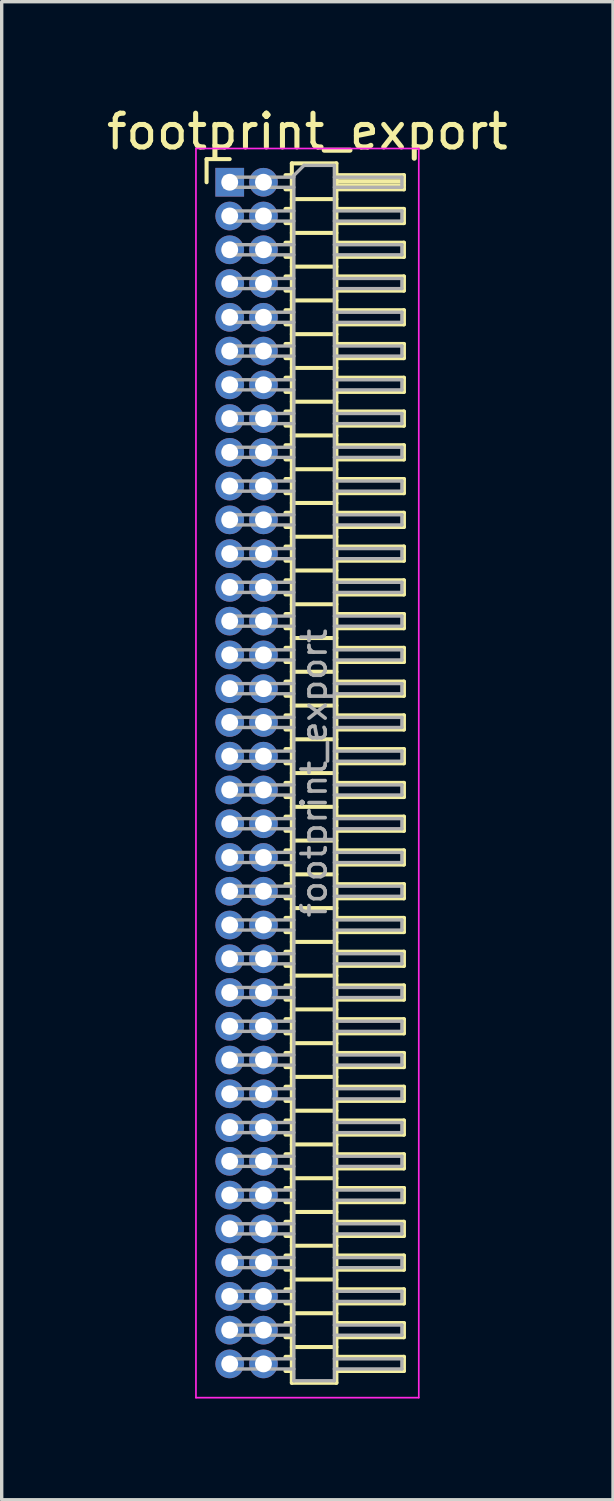
<source format=kicad_pcb>
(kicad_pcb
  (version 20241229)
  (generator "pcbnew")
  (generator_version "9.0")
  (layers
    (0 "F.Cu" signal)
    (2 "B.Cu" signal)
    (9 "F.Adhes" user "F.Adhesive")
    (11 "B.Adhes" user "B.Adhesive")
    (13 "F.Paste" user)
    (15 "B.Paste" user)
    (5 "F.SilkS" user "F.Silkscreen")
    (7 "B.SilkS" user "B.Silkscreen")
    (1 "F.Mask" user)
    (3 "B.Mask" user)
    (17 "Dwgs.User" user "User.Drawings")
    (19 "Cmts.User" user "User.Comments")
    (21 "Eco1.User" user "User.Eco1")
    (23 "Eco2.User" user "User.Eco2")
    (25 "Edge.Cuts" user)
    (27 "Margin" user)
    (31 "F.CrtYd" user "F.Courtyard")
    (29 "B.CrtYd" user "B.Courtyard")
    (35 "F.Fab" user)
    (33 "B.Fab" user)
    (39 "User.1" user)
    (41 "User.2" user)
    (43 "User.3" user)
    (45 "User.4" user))
  (footprint "footprint_export"
    (layer "F.Cu")
    (at 3.754 2.348)
    (property "Reference" "footprint_export" (at 2.3 -1.5 0) (layer "F.SilkS") (effects (font (size 1 1) (thickness 0.15))))
    (attr through_hole)
    (fp_line (start -0.685 -0.685) (end 0 -0.685) (stroke (width 0.12) (type solid)) (layer "F.SilkS"))
    (fp_line (start -0.685 0) (end -0.685 -0.685) (stroke (width 0.12) (type solid)) (layer "F.SilkS"))
    (fp_line (start 1.652 -0.21) (end 1.84 -0.21) (stroke (width 0.12) (type solid)) (layer "F.SilkS"))
    (fp_line (start 1.652 0.21) (end 1.84 0.21) (stroke (width 0.12) (type solid)) (layer "F.SilkS"))
    (fp_line (start 1.652 0.79) (end 1.84 0.79) (stroke (width 0.12) (type solid)) (layer "F.SilkS"))
    (fp_line (start 1.652 1.21) (end 1.84 1.21) (stroke (width 0.12) (type solid)) (layer "F.SilkS"))
    (fp_line (start 1.652 1.79) (end 1.84 1.79) (stroke (width 0.12) (type solid)) (layer "F.SilkS"))
    (fp_line (start 1.652 2.21) (end 1.84 2.21) (stroke (width 0.12) (type solid)) (layer "F.SilkS"))
    (fp_line (start 1.652 2.79) (end 1.84 2.79) (stroke (width 0.12) (type solid)) (layer "F.SilkS"))
    (fp_line (start 1.652 3.21) (end 1.84 3.21) (stroke (width 0.12) (type solid)) (layer "F.SilkS"))
    (fp_line (start 1.652 3.79) (end 1.84 3.79) (stroke (width 0.12) (type solid)) (layer "F.SilkS"))
    (fp_line (start 1.652 4.21) (end 1.84 4.21) (stroke (width 0.12) (type solid)) (layer "F.SilkS"))
    (fp_line (start 1.652 4.79) (end 1.84 4.79) (stroke (width 0.12) (type solid)) (layer "F.SilkS"))
    (fp_line (start 1.652 5.21) (end 1.84 5.21) (stroke (width 0.12) (type solid)) (layer "F.SilkS"))
    (fp_line (start 1.652 5.79) (end 1.84 5.79) (stroke (width 0.12) (type solid)) (layer "F.SilkS"))
    (fp_line (start 1.652 6.21) (end 1.84 6.21) (stroke (width 0.12) (type solid)) (layer "F.SilkS"))
    (fp_line (start 1.652 6.79) (end 1.84 6.79) (stroke (width 0.12) (type solid)) (layer "F.SilkS"))
    (fp_line (start 1.652 7.21) (end 1.84 7.21) (stroke (width 0.12) (type solid)) (layer "F.SilkS"))
    (fp_line (start 1.652 7.79) (end 1.84 7.79) (stroke (width 0.12) (type solid)) (layer "F.SilkS"))
    (fp_line (start 1.652 8.21) (end 1.84 8.21) (stroke (width 0.12) (type solid)) (layer "F.SilkS"))
    (fp_line (start 1.652 8.79) (end 1.84 8.79) (stroke (width 0.12) (type solid)) (layer "F.SilkS"))
    (fp_line (start 1.652 9.21) (end 1.84 9.21) (stroke (width 0.12) (type solid)) (layer "F.SilkS"))
    (fp_line (start 1.652 9.79) (end 1.84 9.79) (stroke (width 0.12) (type solid)) (layer "F.SilkS"))
    (fp_line (start 1.652 10.21) (end 1.84 10.21) (stroke (width 0.12) (type solid)) (layer "F.SilkS"))
    (fp_line (start 1.652 10.79) (end 1.84 10.79) (stroke (width 0.12) (type solid)) (layer "F.SilkS"))
    (fp_line (start 1.652 11.21) (end 1.84 11.21) (stroke (width 0.12) (type solid)) (layer "F.SilkS"))
    (fp_line (start 1.652 11.79) (end 1.84 11.79) (stroke (width 0.12) (type solid)) (layer "F.SilkS"))
    (fp_line (start 1.652 12.21) (end 1.84 12.21) (stroke (width 0.12) (type solid)) (layer "F.SilkS"))
    (fp_line (start 1.652 12.79) (end 1.84 12.79) (stroke (width 0.12) (type solid)) (layer "F.SilkS"))
    (fp_line (start 1.652 13.21) (end 1.84 13.21) (stroke (width 0.12) (type solid)) (layer "F.SilkS"))
    (fp_line (start 1.652 13.79) (end 1.84 13.79) (stroke (width 0.12) (type solid)) (layer "F.SilkS"))
    (fp_line (start 1.652 14.21) (end 1.84 14.21) (stroke (width 0.12) (type solid)) (layer "F.SilkS"))
    (fp_line (start 1.652 14.79) (end 1.84 14.79) (stroke (width 0.12) (type solid)) (layer "F.SilkS"))
    (fp_line (start 1.652 15.21) (end 1.84 15.21) (stroke (width 0.12) (type solid)) (layer "F.SilkS"))
    (fp_line (start 1.652 15.79) (end 1.84 15.79) (stroke (width 0.12) (type solid)) (layer "F.SilkS"))
    (fp_line (start 1.652 16.21) (end 1.84 16.21) (stroke (width 0.12) (type solid)) (layer "F.SilkS"))
    (fp_line (start 1.652 16.79) (end 1.84 16.79) (stroke (width 0.12) (type solid)) (layer "F.SilkS"))
    (fp_line (start 1.652 17.21) (end 1.84 17.21) (stroke (width 0.12) (type solid)) (layer "F.SilkS"))
    (fp_line (start 1.652 17.79) (end 1.84 17.79) (stroke (width 0.12) (type solid)) (layer "F.SilkS"))
    (fp_line (start 1.652 18.21) (end 1.84 18.21) (stroke (width 0.12) (type solid)) (layer "F.SilkS"))
    (fp_line (start 1.652 18.79) (end 1.84 18.79) (stroke (width 0.12) (type solid)) (layer "F.SilkS"))
    (fp_line (start 1.652 19.21) (end 1.84 19.21) (stroke (width 0.12) (type solid)) (layer "F.SilkS"))
    (fp_line (start 1.652 19.79) (end 1.84 19.79) (stroke (width 0.12) (type solid)) (layer "F.SilkS"))
    (fp_line (start 1.652 20.21) (end 1.84 20.21) (stroke (width 0.12) (type solid)) (layer "F.SilkS"))
    (fp_line (start 1.652 20.79) (end 1.84 20.79) (stroke (width 0.12) (type solid)) (layer "F.SilkS"))
    (fp_line (start 1.652 21.21) (end 1.84 21.21) (stroke (width 0.12) (type solid)) (layer "F.SilkS"))
    (fp_line (start 1.652 21.79) (end 1.84 21.79) (stroke (width 0.12) (type solid)) (layer "F.SilkS"))
    (fp_line (start 1.652 22.21) (end 1.84 22.21) (stroke (width 0.12) (type solid)) (layer "F.SilkS"))
    (fp_line (start 1.652 22.79) (end 1.84 22.79) (stroke (width 0.12) (type solid)) (layer "F.SilkS"))
    (fp_line (start 1.652 23.21) (end 1.84 23.21) (stroke (width 0.12) (type solid)) (layer "F.SilkS"))
    (fp_line (start 1.652 23.79) (end 1.84 23.79) (stroke (width 0.12) (type solid)) (layer "F.SilkS"))
    (fp_line (start 1.652 24.21) (end 1.84 24.21) (stroke (width 0.12) (type solid)) (layer "F.SilkS"))
    (fp_line (start 1.652 24.79) (end 1.84 24.79) (stroke (width 0.12) (type solid)) (layer "F.SilkS"))
    (fp_line (start 1.652 25.21) (end 1.84 25.21) (stroke (width 0.12) (type solid)) (layer "F.SilkS"))
    (fp_line (start 1.652 25.79) (end 1.84 25.79) (stroke (width 0.12) (type solid)) (layer "F.SilkS"))
    (fp_line (start 1.652 26.21) (end 1.84 26.21) (stroke (width 0.12) (type solid)) (layer "F.SilkS"))
    (fp_line (start 1.652 26.79) (end 1.84 26.79) (stroke (width 0.12) (type solid)) (layer "F.SilkS"))
    (fp_line (start 1.652 27.21) (end 1.84 27.21) (stroke (width 0.12) (type solid)) (layer "F.SilkS"))
    (fp_line (start 1.652 27.79) (end 1.84 27.79) (stroke (width 0.12) (type solid)) (layer "F.SilkS"))
    (fp_line (start 1.652 28.21) (end 1.84 28.21) (stroke (width 0.12) (type solid)) (layer "F.SilkS"))
    (fp_line (start 1.652 28.79) (end 1.84 28.79) (stroke (width 0.12) (type solid)) (layer "F.SilkS"))
    (fp_line (start 1.652 29.21) (end 1.84 29.21) (stroke (width 0.12) (type solid)) (layer "F.SilkS"))
    (fp_line (start 1.652 29.79) (end 1.84 29.79) (stroke (width 0.12) (type solid)) (layer "F.SilkS"))
    (fp_line (start 1.652 30.21) (end 1.84 30.21) (stroke (width 0.12) (type solid)) (layer "F.SilkS"))
    (fp_line (start 1.652 30.79) (end 1.84 30.79) (stroke (width 0.12) (type solid)) (layer "F.SilkS"))
    (fp_line (start 1.652 31.21) (end 1.84 31.21) (stroke (width 0.12) (type solid)) (layer "F.SilkS"))
    (fp_line (start 1.652 31.79) (end 1.84 31.79) (stroke (width 0.12) (type solid)) (layer "F.SilkS"))
    (fp_line (start 1.652 32.21) (end 1.84 32.21) (stroke (width 0.12) (type solid)) (layer "F.SilkS"))
    (fp_line (start 1.652 32.79) (end 1.84 32.79) (stroke (width 0.12) (type solid)) (layer "F.SilkS"))
    (fp_line (start 1.652 33.21) (end 1.84 33.21) (stroke (width 0.12) (type solid)) (layer "F.SilkS"))
    (fp_line (start 1.652 33.79) (end 1.84 33.79) (stroke (width 0.12) (type solid)) (layer "F.SilkS"))
    (fp_line (start 1.652 34.21) (end 1.84 34.21) (stroke (width 0.12) (type solid)) (layer "F.SilkS"))
    (fp_line (start 1.652 34.79) (end 1.84 34.79) (stroke (width 0.12) (type solid)) (layer "F.SilkS"))
    (fp_line (start 1.652 35.21) (end 1.84 35.21) (stroke (width 0.12) (type solid)) (layer "F.SilkS"))
    (fp_line (start 1.84 -0.56) (end 1.84 35.56) (stroke (width 0.12) (type solid)) (layer "F.SilkS"))
    (fp_line (start 1.84 0.5) (end 3.16 0.5) (stroke (width 0.12) (type solid)) (layer "F.SilkS"))
    (fp_line (start 1.84 1.5) (end 3.16 1.5) (stroke (width 0.12) (type solid)) (layer "F.SilkS"))
    (fp_line (start 1.84 2.5) (end 3.16 2.5) (stroke (width 0.12) (type solid)) (layer "F.SilkS"))
    (fp_line (start 1.84 3.5) (end 3.16 3.5) (stroke (width 0.12) (type solid)) (layer "F.SilkS"))
    (fp_line (start 1.84 4.5) (end 3.16 4.5) (stroke (width 0.12) (type solid)) (layer "F.SilkS"))
    (fp_line (start 1.84 5.5) (end 3.16 5.5) (stroke (width 0.12) (type solid)) (layer "F.SilkS"))
    (fp_line (start 1.84 6.5) (end 3.16 6.5) (stroke (width 0.12) (type solid)) (layer "F.SilkS"))
    (fp_line (start 1.84 7.5) (end 3.16 7.5) (stroke (width 0.12) (type solid)) (layer "F.SilkS"))
    (fp_line (start 1.84 8.5) (end 3.16 8.5) (stroke (width 0.12) (type solid)) (layer "F.SilkS"))
    (fp_line (start 1.84 9.5) (end 3.16 9.5) (stroke (width 0.12) (type solid)) (layer "F.SilkS"))
    (fp_line (start 1.84 10.5) (end 3.16 10.5) (stroke (width 0.12) (type solid)) (layer "F.SilkS"))
    (fp_line (start 1.84 11.5) (end 3.16 11.5) (stroke (width 0.12) (type solid)) (layer "F.SilkS"))
    (fp_line (start 1.84 12.5) (end 3.16 12.5) (stroke (width 0.12) (type solid)) (layer "F.SilkS"))
    (fp_line (start 1.84 13.5) (end 3.16 13.5) (stroke (width 0.12) (type solid)) (layer "F.SilkS"))
    (fp_line (start 1.84 14.5) (end 3.16 14.5) (stroke (width 0.12) (type solid)) (layer "F.SilkS"))
    (fp_line (start 1.84 15.5) (end 3.16 15.5) (stroke (width 0.12) (type solid)) (layer "F.SilkS"))
    (fp_line (start 1.84 16.5) (end 3.16 16.5) (stroke (width 0.12) (type solid)) (layer "F.SilkS"))
    (fp_line (start 1.84 17.5) (end 3.16 17.5) (stroke (width 0.12) (type solid)) (layer "F.SilkS"))
    (fp_line (start 1.84 18.5) (end 3.16 18.5) (stroke (width 0.12) (type solid)) (layer "F.SilkS"))
    (fp_line (start 1.84 19.5) (end 3.16 19.5) (stroke (width 0.12) (type solid)) (layer "F.SilkS"))
    (fp_line (start 1.84 20.5) (end 3.16 20.5) (stroke (width 0.12) (type solid)) (layer "F.SilkS"))
    (fp_line (start 1.84 21.5) (end 3.16 21.5) (stroke (width 0.12) (type solid)) (layer "F.SilkS"))
    (fp_line (start 1.84 22.5) (end 3.16 22.5) (stroke (width 0.12) (type solid)) (layer "F.SilkS"))
    (fp_line (start 1.84 23.5) (end 3.16 23.5) (stroke (width 0.12) (type solid)) (layer "F.SilkS"))
    (fp_line (start 1.84 24.5) (end 3.16 24.5) (stroke (width 0.12) (type solid)) (layer "F.SilkS"))
    (fp_line (start 1.84 25.5) (end 3.16 25.5) (stroke (width 0.12) (type solid)) (layer "F.SilkS"))
    (fp_line (start 1.84 26.5) (end 3.16 26.5) (stroke (width 0.12) (type solid)) (layer "F.SilkS"))
    (fp_line (start 1.84 27.5) (end 3.16 27.5) (stroke (width 0.12) (type solid)) (layer "F.SilkS"))
    (fp_line (start 1.84 28.5) (end 3.16 28.5) (stroke (width 0.12) (type solid)) (layer "F.SilkS"))
    (fp_line (start 1.84 29.5) (end 3.16 29.5) (stroke (width 0.12) (type solid)) (layer "F.SilkS"))
    (fp_line (start 1.84 30.5) (end 3.16 30.5) (stroke (width 0.12) (type solid)) (layer "F.SilkS"))
    (fp_line (start 1.84 31.5) (end 3.16 31.5) (stroke (width 0.12) (type solid)) (layer "F.SilkS"))
    (fp_line (start 1.84 32.5) (end 3.16 32.5) (stroke (width 0.12) (type solid)) (layer "F.SilkS"))
    (fp_line (start 1.84 33.5) (end 3.16 33.5) (stroke (width 0.12) (type solid)) (layer "F.SilkS"))
    (fp_line (start 1.84 34.5) (end 3.16 34.5) (stroke (width 0.12) (type solid)) (layer "F.SilkS"))
    (fp_line (start 1.84 35.56) (end 3.16 35.56) (stroke (width 0.12) (type solid)) (layer "F.SilkS"))
    (fp_line (start 3.16 -0.56) (end 1.84 -0.56) (stroke (width 0.12) (type solid)) (layer "F.SilkS"))
    (fp_line (start 3.16 -0.21) (end 5.16 -0.21) (stroke (width 0.12) (type solid)) (layer "F.SilkS"))
    (fp_line (start 3.16 -0.15) (end 5.16 -0.15) (stroke (width 0.12) (type solid)) (layer "F.SilkS"))
    (fp_line (start 3.16 -0.03) (end 5.16 -0.03) (stroke (width 0.12) (type solid)) (layer "F.SilkS"))
    (fp_line (start 3.16 0.09) (end 5.16 0.09) (stroke (width 0.12) (type solid)) (layer "F.SilkS"))
    (fp_line (start 3.16 0.79) (end 5.16 0.79) (stroke (width 0.12) (type solid)) (layer "F.SilkS"))
    (fp_line (start 3.16 1.79) (end 5.16 1.79) (stroke (width 0.12) (type solid)) (layer "F.SilkS"))
    (fp_line (start 3.16 2.79) (end 5.16 2.79) (stroke (width 0.12) (type solid)) (layer "F.SilkS"))
    (fp_line (start 3.16 3.79) (end 5.16 3.79) (stroke (width 0.12) (type solid)) (layer "F.SilkS"))
    (fp_line (start 3.16 4.79) (end 5.16 4.79) (stroke (width 0.12) (type solid)) (layer "F.SilkS"))
    (fp_line (start 3.16 5.79) (end 5.16 5.79) (stroke (width 0.12) (type solid)) (layer "F.SilkS"))
    (fp_line (start 3.16 6.79) (end 5.16 6.79) (stroke (width 0.12) (type solid)) (layer "F.SilkS"))
    (fp_line (start 3.16 7.79) (end 5.16 7.79) (stroke (width 0.12) (type solid)) (layer "F.SilkS"))
    (fp_line (start 3.16 8.79) (end 5.16 8.79) (stroke (width 0.12) (type solid)) (layer "F.SilkS"))
    (fp_line (start 3.16 9.79) (end 5.16 9.79) (stroke (width 0.12) (type solid)) (layer "F.SilkS"))
    (fp_line (start 3.16 10.79) (end 5.16 10.79) (stroke (width 0.12) (type solid)) (layer "F.SilkS"))
    (fp_line (start 3.16 11.79) (end 5.16 11.79) (stroke (width 0.12) (type solid)) (layer "F.SilkS"))
    (fp_line (start 3.16 12.79) (end 5.16 12.79) (stroke (width 0.12) (type solid)) (layer "F.SilkS"))
    (fp_line (start 3.16 13.79) (end 5.16 13.79) (stroke (width 0.12) (type solid)) (layer "F.SilkS"))
    (fp_line (start 3.16 14.79) (end 5.16 14.79) (stroke (width 0.12) (type solid)) (layer "F.SilkS"))
    (fp_line (start 3.16 15.79) (end 5.16 15.79) (stroke (width 0.12) (type solid)) (layer "F.SilkS"))
    (fp_line (start 3.16 16.79) (end 5.16 16.79) (stroke (width 0.12) (type solid)) (layer "F.SilkS"))
    (fp_line (start 3.16 17.79) (end 5.16 17.79) (stroke (width 0.12) (type solid)) (layer "F.SilkS"))
    (fp_line (start 3.16 18.79) (end 5.16 18.79) (stroke (width 0.12) (type solid)) (layer "F.SilkS"))
    (fp_line (start 3.16 19.79) (end 5.16 19.79) (stroke (width 0.12) (type solid)) (layer "F.SilkS"))
    (fp_line (start 3.16 20.79) (end 5.16 20.79) (stroke (width 0.12) (type solid)) (layer "F.SilkS"))
    (fp_line (start 3.16 21.79) (end 5.16 21.79) (stroke (width 0.12) (type solid)) (layer "F.SilkS"))
    (fp_line (start 3.16 22.79) (end 5.16 22.79) (stroke (width 0.12) (type solid)) (layer "F.SilkS"))
    (fp_line (start 3.16 23.79) (end 5.16 23.79) (stroke (width 0.12) (type solid)) (layer "F.SilkS"))
    (fp_line (start 3.16 24.79) (end 5.16 24.79) (stroke (width 0.12) (type solid)) (layer "F.SilkS"))
    (fp_line (start 3.16 25.79) (end 5.16 25.79) (stroke (width 0.12) (type solid)) (layer "F.SilkS"))
    (fp_line (start 3.16 26.79) (end 5.16 26.79) (stroke (width 0.12) (type solid)) (layer "F.SilkS"))
    (fp_line (start 3.16 27.79) (end 5.16 27.79) (stroke (width 0.12) (type solid)) (layer "F.SilkS"))
    (fp_line (start 3.16 28.79) (end 5.16 28.79) (stroke (width 0.12) (type solid)) (layer "F.SilkS"))
    (fp_line (start 3.16 29.79) (end 5.16 29.79) (stroke (width 0.12) (type solid)) (layer "F.SilkS"))
    (fp_line (start 3.16 30.79) (end 5.16 30.79) (stroke (width 0.12) (type solid)) (layer "F.SilkS"))
    (fp_line (start 3.16 31.79) (end 5.16 31.79) (stroke (width 0.12) (type solid)) (layer "F.SilkS"))
    (fp_line (start 3.16 32.79) (end 5.16 32.79) (stroke (width 0.12) (type solid)) (layer "F.SilkS"))
    (fp_line (start 3.16 33.79) (end 5.16 33.79) (stroke (width 0.12) (type solid)) (layer "F.SilkS"))
    (fp_line (start 3.16 34.79) (end 5.16 34.79) (stroke (width 0.12) (type solid)) (layer "F.SilkS"))
    (fp_line (start 3.16 35.56) (end 3.16 -0.56) (stroke (width 0.12) (type solid)) (layer "F.SilkS"))
    (fp_line (start 5.16 -0.21) (end 5.16 0.21) (stroke (width 0.12) (type solid)) (layer "F.SilkS"))
    (fp_line (start 5.16 0.21) (end 3.16 0.21) (stroke (width 0.12) (type solid)) (layer "F.SilkS"))
    (fp_line (start 5.16 0.79) (end 5.16 1.21) (stroke (width 0.12) (type solid)) (layer "F.SilkS"))
    (fp_line (start 5.16 1.21) (end 3.16 1.21) (stroke (width 0.12) (type solid)) (layer "F.SilkS"))
    (fp_line (start 5.16 1.79) (end 5.16 2.21) (stroke (width 0.12) (type solid)) (layer "F.SilkS"))
    (fp_line (start 5.16 2.21) (end 3.16 2.21) (stroke (width 0.12) (type solid)) (layer "F.SilkS"))
    (fp_line (start 5.16 2.79) (end 5.16 3.21) (stroke (width 0.12) (type solid)) (layer "F.SilkS"))
    (fp_line (start 5.16 3.21) (end 3.16 3.21) (stroke (width 0.12) (type solid)) (layer "F.SilkS"))
    (fp_line (start 5.16 3.79) (end 5.16 4.21) (stroke (width 0.12) (type solid)) (layer "F.SilkS"))
    (fp_line (start 5.16 4.21) (end 3.16 4.21) (stroke (width 0.12) (type solid)) (layer "F.SilkS"))
    (fp_line (start 5.16 4.79) (end 5.16 5.21) (stroke (width 0.12) (type solid)) (layer "F.SilkS"))
    (fp_line (start 5.16 5.21) (end 3.16 5.21) (stroke (width 0.12) (type solid)) (layer "F.SilkS"))
    (fp_line (start 5.16 5.79) (end 5.16 6.21) (stroke (width 0.12) (type solid)) (layer "F.SilkS"))
    (fp_line (start 5.16 6.21) (end 3.16 6.21) (stroke (width 0.12) (type solid)) (layer "F.SilkS"))
    (fp_line (start 5.16 6.79) (end 5.16 7.21) (stroke (width 0.12) (type solid)) (layer "F.SilkS"))
    (fp_line (start 5.16 7.21) (end 3.16 7.21) (stroke (width 0.12) (type solid)) (layer "F.SilkS"))
    (fp_line (start 5.16 7.79) (end 5.16 8.21) (stroke (width 0.12) (type solid)) (layer "F.SilkS"))
    (fp_line (start 5.16 8.21) (end 3.16 8.21) (stroke (width 0.12) (type solid)) (layer "F.SilkS"))
    (fp_line (start 5.16 8.79) (end 5.16 9.21) (stroke (width 0.12) (type solid)) (layer "F.SilkS"))
    (fp_line (start 5.16 9.21) (end 3.16 9.21) (stroke (width 0.12) (type solid)) (layer "F.SilkS"))
    (fp_line (start 5.16 9.79) (end 5.16 10.21) (stroke (width 0.12) (type solid)) (layer "F.SilkS"))
    (fp_line (start 5.16 10.21) (end 3.16 10.21) (stroke (width 0.12) (type solid)) (layer "F.SilkS"))
    (fp_line (start 5.16 10.79) (end 5.16 11.21) (stroke (width 0.12) (type solid)) (layer "F.SilkS"))
    (fp_line (start 5.16 11.21) (end 3.16 11.21) (stroke (width 0.12) (type solid)) (layer "F.SilkS"))
    (fp_line (start 5.16 11.79) (end 5.16 12.21) (stroke (width 0.12) (type solid)) (layer "F.SilkS"))
    (fp_line (start 5.16 12.21) (end 3.16 12.21) (stroke (width 0.12) (type solid)) (layer "F.SilkS"))
    (fp_line (start 5.16 12.79) (end 5.16 13.21) (stroke (width 0.12) (type solid)) (layer "F.SilkS"))
    (fp_line (start 5.16 13.21) (end 3.16 13.21) (stroke (width 0.12) (type solid)) (layer "F.SilkS"))
    (fp_line (start 5.16 13.79) (end 5.16 14.21) (stroke (width 0.12) (type solid)) (layer "F.SilkS"))
    (fp_line (start 5.16 14.21) (end 3.16 14.21) (stroke (width 0.12) (type solid)) (layer "F.SilkS"))
    (fp_line (start 5.16 14.79) (end 5.16 15.21) (stroke (width 0.12) (type solid)) (layer "F.SilkS"))
    (fp_line (start 5.16 15.21) (end 3.16 15.21) (stroke (width 0.12) (type solid)) (layer "F.SilkS"))
    (fp_line (start 5.16 15.79) (end 5.16 16.21) (stroke (width 0.12) (type solid)) (layer "F.SilkS"))
    (fp_line (start 5.16 16.21) (end 3.16 16.21) (stroke (width 0.12) (type solid)) (layer "F.SilkS"))
    (fp_line (start 5.16 16.79) (end 5.16 17.21) (stroke (width 0.12) (type solid)) (layer "F.SilkS"))
    (fp_line (start 5.16 17.21) (end 3.16 17.21) (stroke (width 0.12) (type solid)) (layer "F.SilkS"))
    (fp_line (start 5.16 17.79) (end 5.16 18.21) (stroke (width 0.12) (type solid)) (layer "F.SilkS"))
    (fp_line (start 5.16 18.21) (end 3.16 18.21) (stroke (width 0.12) (type solid)) (layer "F.SilkS"))
    (fp_line (start 5.16 18.79) (end 5.16 19.21) (stroke (width 0.12) (type solid)) (layer "F.SilkS"))
    (fp_line (start 5.16 19.21) (end 3.16 19.21) (stroke (width 0.12) (type solid)) (layer "F.SilkS"))
    (fp_line (start 5.16 19.79) (end 5.16 20.21) (stroke (width 0.12) (type solid)) (layer "F.SilkS"))
    (fp_line (start 5.16 20.21) (end 3.16 20.21) (stroke (width 0.12) (type solid)) (layer "F.SilkS"))
    (fp_line (start 5.16 20.79) (end 5.16 21.21) (stroke (width 0.12) (type solid)) (layer "F.SilkS"))
    (fp_line (start 5.16 21.21) (end 3.16 21.21) (stroke (width 0.12) (type solid)) (layer "F.SilkS"))
    (fp_line (start 5.16 21.79) (end 5.16 22.21) (stroke (width 0.12) (type solid)) (layer "F.SilkS"))
    (fp_line (start 5.16 22.21) (end 3.16 22.21) (stroke (width 0.12) (type solid)) (layer "F.SilkS"))
    (fp_line (start 5.16 22.79) (end 5.16 23.21) (stroke (width 0.12) (type solid)) (layer "F.SilkS"))
    (fp_line (start 5.16 23.21) (end 3.16 23.21) (stroke (width 0.12) (type solid)) (layer "F.SilkS"))
    (fp_line (start 5.16 23.79) (end 5.16 24.21) (stroke (width 0.12) (type solid)) (layer "F.SilkS"))
    (fp_line (start 5.16 24.21) (end 3.16 24.21) (stroke (width 0.12) (type solid)) (layer "F.SilkS"))
    (fp_line (start 5.16 24.79) (end 5.16 25.21) (stroke (width 0.12) (type solid)) (layer "F.SilkS"))
    (fp_line (start 5.16 25.21) (end 3.16 25.21) (stroke (width 0.12) (type solid)) (layer "F.SilkS"))
    (fp_line (start 5.16 25.79) (end 5.16 26.21) (stroke (width 0.12) (type solid)) (layer "F.SilkS"))
    (fp_line (start 5.16 26.21) (end 3.16 26.21) (stroke (width 0.12) (type solid)) (layer "F.SilkS"))
    (fp_line (start 5.16 26.79) (end 5.16 27.21) (stroke (width 0.12) (type solid)) (layer "F.SilkS"))
    (fp_line (start 5.16 27.21) (end 3.16 27.21) (stroke (width 0.12) (type solid)) (layer "F.SilkS"))
    (fp_line (start 5.16 27.79) (end 5.16 28.21) (stroke (width 0.12) (type solid)) (layer "F.SilkS"))
    (fp_line (start 5.16 28.21) (end 3.16 28.21) (stroke (width 0.12) (type solid)) (layer "F.SilkS"))
    (fp_line (start 5.16 28.79) (end 5.16 29.21) (stroke (width 0.12) (type solid)) (layer "F.SilkS"))
    (fp_line (start 5.16 29.21) (end 3.16 29.21) (stroke (width 0.12) (type solid)) (layer "F.SilkS"))
    (fp_line (start 5.16 29.79) (end 5.16 30.21) (stroke (width 0.12) (type solid)) (layer "F.SilkS"))
    (fp_line (start 5.16 30.21) (end 3.16 30.21) (stroke (width 0.12) (type solid)) (layer "F.SilkS"))
    (fp_line (start 5.16 30.79) (end 5.16 31.21) (stroke (width 0.12) (type solid)) (layer "F.SilkS"))
    (fp_line (start 5.16 31.21) (end 3.16 31.21) (stroke (width 0.12) (type solid)) (layer "F.SilkS"))
    (fp_line (start 5.16 31.79) (end 5.16 32.21) (stroke (width 0.12) (type solid)) (layer "F.SilkS"))
    (fp_line (start 5.16 32.21) (end 3.16 32.21) (stroke (width 0.12) (type solid)) (layer "F.SilkS"))
    (fp_line (start 5.16 32.79) (end 5.16 33.21) (stroke (width 0.12) (type solid)) (layer "F.SilkS"))
    (fp_line (start 5.16 33.21) (end 3.16 33.21) (stroke (width 0.12) (type solid)) (layer "F.SilkS"))
    (fp_line (start 5.16 33.79) (end 5.16 34.21) (stroke (width 0.12) (type solid)) (layer "F.SilkS"))
    (fp_line (start 5.16 34.21) (end 3.16 34.21) (stroke (width 0.12) (type solid)) (layer "F.SilkS"))
    (fp_line (start 5.16 34.79) (end 5.16 35.21) (stroke (width 0.12) (type solid)) (layer "F.SilkS"))
    (fp_line (start 5.16 35.21) (end 3.16 35.21) (stroke (width 0.12) (type solid)) (layer "F.SilkS"))
    (fp_line (start -1 -1) (end -1 36) (stroke (width 0.05) (type solid)) (layer "F.CrtYd"))
    (fp_line (start -1 36) (end 5.6 36) (stroke (width 0.05) (type solid)) (layer "F.CrtYd"))
    (fp_line (start 5.6 -1) (end -1 -1) (stroke (width 0.05) (type solid)) (layer "F.CrtYd"))
    (fp_line (start 5.6 36) (end 5.6 -1) (stroke (width 0.05) (type solid)) (layer "F.CrtYd"))
    (fp_line (start -0.15 -0.15) (end -0.15 0.15) (stroke (width 0.1) (type solid)) (layer "F.Fab"))
    (fp_line (start -0.15 -0.15) (end 1.9 -0.15) (stroke (width 0.1) (type solid)) (layer "F.Fab"))
    (fp_line (start -0.15 0.15) (end 1.9 0.15) (stroke (width 0.1) (type solid)) (layer "F.Fab"))
    (fp_line (start -0.15 0.85) (end -0.15 1.15) (stroke (width 0.1) (type solid)) (layer "F.Fab"))
    (fp_line (start -0.15 0.85) (end 1.9 0.85) (stroke (width 0.1) (type solid)) (layer "F.Fab"))
    (fp_line (start -0.15 1.15) (end 1.9 1.15) (stroke (width 0.1) (type solid)) (layer "F.Fab"))
    (fp_line (start -0.15 1.85) (end -0.15 2.15) (stroke (width 0.1) (type solid)) (layer "F.Fab"))
    (fp_line (start -0.15 1.85) (end 1.9 1.85) (stroke (width 0.1) (type solid)) (layer "F.Fab"))
    (fp_line (start -0.15 2.15) (end 1.9 2.15) (stroke (width 0.1) (type solid)) (layer "F.Fab"))
    (fp_line (start -0.15 2.85) (end -0.15 3.15) (stroke (width 0.1) (type solid)) (layer "F.Fab"))
    (fp_line (start -0.15 2.85) (end 1.9 2.85) (stroke (width 0.1) (type solid)) (layer "F.Fab"))
    (fp_line (start -0.15 3.15) (end 1.9 3.15) (stroke (width 0.1) (type solid)) (layer "F.Fab"))
    (fp_line (start -0.15 3.85) (end -0.15 4.15) (stroke (width 0.1) (type solid)) (layer "F.Fab"))
    (fp_line (start -0.15 3.85) (end 1.9 3.85) (stroke (width 0.1) (type solid)) (layer "F.Fab"))
    (fp_line (start -0.15 4.15) (end 1.9 4.15) (stroke (width 0.1) (type solid)) (layer "F.Fab"))
    (fp_line (start -0.15 4.85) (end -0.15 5.15) (stroke (width 0.1) (type solid)) (layer "F.Fab"))
    (fp_line (start -0.15 4.85) (end 1.9 4.85) (stroke (width 0.1) (type solid)) (layer "F.Fab"))
    (fp_line (start -0.15 5.15) (end 1.9 5.15) (stroke (width 0.1) (type solid)) (layer "F.Fab"))
    (fp_line (start -0.15 5.85) (end -0.15 6.15) (stroke (width 0.1) (type solid)) (layer "F.Fab"))
    (fp_line (start -0.15 5.85) (end 1.9 5.85) (stroke (width 0.1) (type solid)) (layer "F.Fab"))
    (fp_line (start -0.15 6.15) (end 1.9 6.15) (stroke (width 0.1) (type solid)) (layer "F.Fab"))
    (fp_line (start -0.15 6.85) (end -0.15 7.15) (stroke (width 0.1) (type solid)) (layer "F.Fab"))
    (fp_line (start -0.15 6.85) (end 1.9 6.85) (stroke (width 0.1) (type solid)) (layer "F.Fab"))
    (fp_line (start -0.15 7.15) (end 1.9 7.15) (stroke (width 0.1) (type solid)) (layer "F.Fab"))
    (fp_line (start -0.15 7.85) (end -0.15 8.15) (stroke (width 0.1) (type solid)) (layer "F.Fab"))
    (fp_line (start -0.15 7.85) (end 1.9 7.85) (stroke (width 0.1) (type solid)) (layer "F.Fab"))
    (fp_line (start -0.15 8.15) (end 1.9 8.15) (stroke (width 0.1) (type solid)) (layer "F.Fab"))
    (fp_line (start -0.15 8.85) (end -0.15 9.15) (stroke (width 0.1) (type solid)) (layer "F.Fab"))
    (fp_line (start -0.15 8.85) (end 1.9 8.85) (stroke (width 0.1) (type solid)) (layer "F.Fab"))
    (fp_line (start -0.15 9.15) (end 1.9 9.15) (stroke (width 0.1) (type solid)) (layer "F.Fab"))
    (fp_line (start -0.15 9.85) (end -0.15 10.15) (stroke (width 0.1) (type solid)) (layer "F.Fab"))
    (fp_line (start -0.15 9.85) (end 1.9 9.85) (stroke (width 0.1) (type solid)) (layer "F.Fab"))
    (fp_line (start -0.15 10.15) (end 1.9 10.15) (stroke (width 0.1) (type solid)) (layer "F.Fab"))
    (fp_line (start -0.15 10.85) (end -0.15 11.15) (stroke (width 0.1) (type solid)) (layer "F.Fab"))
    (fp_line (start -0.15 10.85) (end 1.9 10.85) (stroke (width 0.1) (type solid)) (layer "F.Fab"))
    (fp_line (start -0.15 11.15) (end 1.9 11.15) (stroke (width 0.1) (type solid)) (layer "F.Fab"))
    (fp_line (start -0.15 11.85) (end -0.15 12.15) (stroke (width 0.1) (type solid)) (layer "F.Fab"))
    (fp_line (start -0.15 11.85) (end 1.9 11.85) (stroke (width 0.1) (type solid)) (layer "F.Fab"))
    (fp_line (start -0.15 12.15) (end 1.9 12.15) (stroke (width 0.1) (type solid)) (layer "F.Fab"))
    (fp_line (start -0.15 12.85) (end -0.15 13.15) (stroke (width 0.1) (type solid)) (layer "F.Fab"))
    (fp_line (start -0.15 12.85) (end 1.9 12.85) (stroke (width 0.1) (type solid)) (layer "F.Fab"))
    (fp_line (start -0.15 13.15) (end 1.9 13.15) (stroke (width 0.1) (type solid)) (layer "F.Fab"))
    (fp_line (start -0.15 13.85) (end -0.15 14.15) (stroke (width 0.1) (type solid)) (layer "F.Fab"))
    (fp_line (start -0.15 13.85) (end 1.9 13.85) (stroke (width 0.1) (type solid)) (layer "F.Fab"))
    (fp_line (start -0.15 14.15) (end 1.9 14.15) (stroke (width 0.1) (type solid)) (layer "F.Fab"))
    (fp_line (start -0.15 14.85) (end -0.15 15.15) (stroke (width 0.1) (type solid)) (layer "F.Fab"))
    (fp_line (start -0.15 14.85) (end 1.9 14.85) (stroke (width 0.1) (type solid)) (layer "F.Fab"))
    (fp_line (start -0.15 15.15) (end 1.9 15.15) (stroke (width 0.1) (type solid)) (layer "F.Fab"))
    (fp_line (start -0.15 15.85) (end -0.15 16.15) (stroke (width 0.1) (type solid)) (layer "F.Fab"))
    (fp_line (start -0.15 15.85) (end 1.9 15.85) (stroke (width 0.1) (type solid)) (layer "F.Fab"))
    (fp_line (start -0.15 16.15) (end 1.9 16.15) (stroke (width 0.1) (type solid)) (layer "F.Fab"))
    (fp_line (start -0.15 16.85) (end -0.15 17.15) (stroke (width 0.1) (type solid)) (layer "F.Fab"))
    (fp_line (start -0.15 16.85) (end 1.9 16.85) (stroke (width 0.1) (type solid)) (layer "F.Fab"))
    (fp_line (start -0.15 17.15) (end 1.9 17.15) (stroke (width 0.1) (type solid)) (layer "F.Fab"))
    (fp_line (start -0.15 17.85) (end -0.15 18.15) (stroke (width 0.1) (type solid)) (layer "F.Fab"))
    (fp_line (start -0.15 17.85) (end 1.9 17.85) (stroke (width 0.1) (type solid)) (layer "F.Fab"))
    (fp_line (start -0.15 18.15) (end 1.9 18.15) (stroke (width 0.1) (type solid)) (layer "F.Fab"))
    (fp_line (start -0.15 18.85) (end -0.15 19.15) (stroke (width 0.1) (type solid)) (layer "F.Fab"))
    (fp_line (start -0.15 18.85) (end 1.9 18.85) (stroke (width 0.1) (type solid)) (layer "F.Fab"))
    (fp_line (start -0.15 19.15) (end 1.9 19.15) (stroke (width 0.1) (type solid)) (layer "F.Fab"))
    (fp_line (start -0.15 19.85) (end -0.15 20.15) (stroke (width 0.1) (type solid)) (layer "F.Fab"))
    (fp_line (start -0.15 19.85) (end 1.9 19.85) (stroke (width 0.1) (type solid)) (layer "F.Fab"))
    (fp_line (start -0.15 20.15) (end 1.9 20.15) (stroke (width 0.1) (type solid)) (layer "F.Fab"))
    (fp_line (start -0.15 20.85) (end -0.15 21.15) (stroke (width 0.1) (type solid)) (layer "F.Fab"))
    (fp_line (start -0.15 20.85) (end 1.9 20.85) (stroke (width 0.1) (type solid)) (layer "F.Fab"))
    (fp_line (start -0.15 21.15) (end 1.9 21.15) (stroke (width 0.1) (type solid)) (layer "F.Fab"))
    (fp_line (start -0.15 21.85) (end -0.15 22.15) (stroke (width 0.1) (type solid)) (layer "F.Fab"))
    (fp_line (start -0.15 21.85) (end 1.9 21.85) (stroke (width 0.1) (type solid)) (layer "F.Fab"))
    (fp_line (start -0.15 22.15) (end 1.9 22.15) (stroke (width 0.1) (type solid)) (layer "F.Fab"))
    (fp_line (start -0.15 22.85) (end -0.15 23.15) (stroke (width 0.1) (type solid)) (layer "F.Fab"))
    (fp_line (start -0.15 22.85) (end 1.9 22.85) (stroke (width 0.1) (type solid)) (layer "F.Fab"))
    (fp_line (start -0.15 23.15) (end 1.9 23.15) (stroke (width 0.1) (type solid)) (layer "F.Fab"))
    (fp_line (start -0.15 23.85) (end -0.15 24.15) (stroke (width 0.1) (type solid)) (layer "F.Fab"))
    (fp_line (start -0.15 23.85) (end 1.9 23.85) (stroke (width 0.1) (type solid)) (layer "F.Fab"))
    (fp_line (start -0.15 24.15) (end 1.9 24.15) (stroke (width 0.1) (type solid)) (layer "F.Fab"))
    (fp_line (start -0.15 24.85) (end -0.15 25.15) (stroke (width 0.1) (type solid)) (layer "F.Fab"))
    (fp_line (start -0.15 24.85) (end 1.9 24.85) (stroke (width 0.1) (type solid)) (layer "F.Fab"))
    (fp_line (start -0.15 25.15) (end 1.9 25.15) (stroke (width 0.1) (type solid)) (layer "F.Fab"))
    (fp_line (start -0.15 25.85) (end -0.15 26.15) (stroke (width 0.1) (type solid)) (layer "F.Fab"))
    (fp_line (start -0.15 25.85) (end 1.9 25.85) (stroke (width 0.1) (type solid)) (layer "F.Fab"))
    (fp_line (start -0.15 26.15) (end 1.9 26.15) (stroke (width 0.1) (type solid)) (layer "F.Fab"))
    (fp_line (start -0.15 26.85) (end -0.15 27.15) (stroke (width 0.1) (type solid)) (layer "F.Fab"))
    (fp_line (start -0.15 26.85) (end 1.9 26.85) (stroke (width 0.1) (type solid)) (layer "F.Fab"))
    (fp_line (start -0.15 27.15) (end 1.9 27.15) (stroke (width 0.1) (type solid)) (layer "F.Fab"))
    (fp_line (start -0.15 27.85) (end -0.15 28.15) (stroke (width 0.1) (type solid)) (layer "F.Fab"))
    (fp_line (start -0.15 27.85) (end 1.9 27.85) (stroke (width 0.1) (type solid)) (layer "F.Fab"))
    (fp_line (start -0.15 28.15) (end 1.9 28.15) (stroke (width 0.1) (type solid)) (layer "F.Fab"))
    (fp_line (start -0.15 28.85) (end -0.15 29.15) (stroke (width 0.1) (type solid)) (layer "F.Fab"))
    (fp_line (start -0.15 28.85) (end 1.9 28.85) (stroke (width 0.1) (type solid)) (layer "F.Fab"))
    (fp_line (start -0.15 29.15) (end 1.9 29.15) (stroke (width 0.1) (type solid)) (layer "F.Fab"))
    (fp_line (start -0.15 29.85) (end -0.15 30.15) (stroke (width 0.1) (type solid)) (layer "F.Fab"))
    (fp_line (start -0.15 29.85) (end 1.9 29.85) (stroke (width 0.1) (type solid)) (layer "F.Fab"))
    (fp_line (start -0.15 30.15) (end 1.9 30.15) (stroke (width 0.1) (type solid)) (layer "F.Fab"))
    (fp_line (start -0.15 30.85) (end -0.15 31.15) (stroke (width 0.1) (type solid)) (layer "F.Fab"))
    (fp_line (start -0.15 30.85) (end 1.9 30.85) (stroke (width 0.1) (type solid)) (layer "F.Fab"))
    (fp_line (start -0.15 31.15) (end 1.9 31.15) (stroke (width 0.1) (type solid)) (layer "F.Fab"))
    (fp_line (start -0.15 31.85) (end -0.15 32.15) (stroke (width 0.1) (type solid)) (layer "F.Fab"))
    (fp_line (start -0.15 31.85) (end 1.9 31.85) (stroke (width 0.1) (type solid)) (layer "F.Fab"))
    (fp_line (start -0.15 32.15) (end 1.9 32.15) (stroke (width 0.1) (type solid)) (layer "F.Fab"))
    (fp_line (start -0.15 32.85) (end -0.15 33.15) (stroke (width 0.1) (type solid)) (layer "F.Fab"))
    (fp_line (start -0.15 32.85) (end 1.9 32.85) (stroke (width 0.1) (type solid)) (layer "F.Fab"))
    (fp_line (start -0.15 33.15) (end 1.9 33.15) (stroke (width 0.1) (type solid)) (layer "F.Fab"))
    (fp_line (start -0.15 33.85) (end -0.15 34.15) (stroke (width 0.1) (type solid)) (layer "F.Fab"))
    (fp_line (start -0.15 33.85) (end 1.9 33.85) (stroke (width 0.1) (type solid)) (layer "F.Fab"))
    (fp_line (start -0.15 34.15) (end 1.9 34.15) (stroke (width 0.1) (type solid)) (layer "F.Fab"))
    (fp_line (start -0.15 34.85) (end -0.15 35.15) (stroke (width 0.1) (type solid)) (layer "F.Fab"))
    (fp_line (start -0.15 34.85) (end 1.9 34.85) (stroke (width 0.1) (type solid)) (layer "F.Fab"))
    (fp_line (start -0.15 35.15) (end 1.9 35.15) (stroke (width 0.1) (type solid)) (layer "F.Fab"))
    (fp_line (start 1.9 -0.2) (end 2.2 -0.5) (stroke (width 0.1) (type solid)) (layer "F.Fab"))
    (fp_line (start 1.9 35.5) (end 1.9 -0.2) (stroke (width 0.1) (type solid)) (layer "F.Fab"))
    (fp_line (start 2.2 -0.5) (end 3.1 -0.5) (stroke (width 0.1) (type solid)) (layer "F.Fab"))
    (fp_line (start 3.1 -0.5) (end 3.1 35.5) (stroke (width 0.1) (type solid)) (layer "F.Fab"))
    (fp_line (start 3.1 -0.15) (end 5.1 -0.15) (stroke (width 0.1) (type solid)) (layer "F.Fab"))
    (fp_line (start 3.1 0.15) (end 5.1 0.15) (stroke (width 0.1) (type solid)) (layer "F.Fab"))
    (fp_line (start 3.1 0.85) (end 5.1 0.85) (stroke (width 0.1) (type solid)) (layer "F.Fab"))
    (fp_line (start 3.1 1.15) (end 5.1 1.15) (stroke (width 0.1) (type solid)) (layer "F.Fab"))
    (fp_line (start 3.1 1.85) (end 5.1 1.85) (stroke (width 0.1) (type solid)) (layer "F.Fab"))
    (fp_line (start 3.1 2.15) (end 5.1 2.15) (stroke (width 0.1) (type solid)) (layer "F.Fab"))
    (fp_line (start 3.1 2.85) (end 5.1 2.85) (stroke (width 0.1) (type solid)) (layer "F.Fab"))
    (fp_line (start 3.1 3.15) (end 5.1 3.15) (stroke (width 0.1) (type solid)) (layer "F.Fab"))
    (fp_line (start 3.1 3.85) (end 5.1 3.85) (stroke (width 0.1) (type solid)) (layer "F.Fab"))
    (fp_line (start 3.1 4.15) (end 5.1 4.15) (stroke (width 0.1) (type solid)) (layer "F.Fab"))
    (fp_line (start 3.1 4.85) (end 5.1 4.85) (stroke (width 0.1) (type solid)) (layer "F.Fab"))
    (fp_line (start 3.1 5.15) (end 5.1 5.15) (stroke (width 0.1) (type solid)) (layer "F.Fab"))
    (fp_line (start 3.1 5.85) (end 5.1 5.85) (stroke (width 0.1) (type solid)) (layer "F.Fab"))
    (fp_line (start 3.1 6.15) (end 5.1 6.15) (stroke (width 0.1) (type solid)) (layer "F.Fab"))
    (fp_line (start 3.1 6.85) (end 5.1 6.85) (stroke (width 0.1) (type solid)) (layer "F.Fab"))
    (fp_line (start 3.1 7.15) (end 5.1 7.15) (stroke (width 0.1) (type solid)) (layer "F.Fab"))
    (fp_line (start 3.1 7.85) (end 5.1 7.85) (stroke (width 0.1) (type solid)) (layer "F.Fab"))
    (fp_line (start 3.1 8.15) (end 5.1 8.15) (stroke (width 0.1) (type solid)) (layer "F.Fab"))
    (fp_line (start 3.1 8.85) (end 5.1 8.85) (stroke (width 0.1) (type solid)) (layer "F.Fab"))
    (fp_line (start 3.1 9.15) (end 5.1 9.15) (stroke (width 0.1) (type solid)) (layer "F.Fab"))
    (fp_line (start 3.1 9.85) (end 5.1 9.85) (stroke (width 0.1) (type solid)) (layer "F.Fab"))
    (fp_line (start 3.1 10.15) (end 5.1 10.15) (stroke (width 0.1) (type solid)) (layer "F.Fab"))
    (fp_line (start 3.1 10.85) (end 5.1 10.85) (stroke (width 0.1) (type solid)) (layer "F.Fab"))
    (fp_line (start 3.1 11.15) (end 5.1 11.15) (stroke (width 0.1) (type solid)) (layer "F.Fab"))
    (fp_line (start 3.1 11.85) (end 5.1 11.85) (stroke (width 0.1) (type solid)) (layer "F.Fab"))
    (fp_line (start 3.1 12.15) (end 5.1 12.15) (stroke (width 0.1) (type solid)) (layer "F.Fab"))
    (fp_line (start 3.1 12.85) (end 5.1 12.85) (stroke (width 0.1) (type solid)) (layer "F.Fab"))
    (fp_line (start 3.1 13.15) (end 5.1 13.15) (stroke (width 0.1) (type solid)) (layer "F.Fab"))
    (fp_line (start 3.1 13.85) (end 5.1 13.85) (stroke (width 0.1) (type solid)) (layer "F.Fab"))
    (fp_line (start 3.1 14.15) (end 5.1 14.15) (stroke (width 0.1) (type solid)) (layer "F.Fab"))
    (fp_line (start 3.1 14.85) (end 5.1 14.85) (stroke (width 0.1) (type solid)) (layer "F.Fab"))
    (fp_line (start 3.1 15.15) (end 5.1 15.15) (stroke (width 0.1) (type solid)) (layer "F.Fab"))
    (fp_line (start 3.1 15.85) (end 5.1 15.85) (stroke (width 0.1) (type solid)) (layer "F.Fab"))
    (fp_line (start 3.1 16.15) (end 5.1 16.15) (stroke (width 0.1) (type solid)) (layer "F.Fab"))
    (fp_line (start 3.1 16.85) (end 5.1 16.85) (stroke (width 0.1) (type solid)) (layer "F.Fab"))
    (fp_line (start 3.1 17.15) (end 5.1 17.15) (stroke (width 0.1) (type solid)) (layer "F.Fab"))
    (fp_line (start 3.1 17.85) (end 5.1 17.85) (stroke (width 0.1) (type solid)) (layer "F.Fab"))
    (fp_line (start 3.1 18.15) (end 5.1 18.15) (stroke (width 0.1) (type solid)) (layer "F.Fab"))
    (fp_line (start 3.1 18.85) (end 5.1 18.85) (stroke (width 0.1) (type solid)) (layer "F.Fab"))
    (fp_line (start 3.1 19.15) (end 5.1 19.15) (stroke (width 0.1) (type solid)) (layer "F.Fab"))
    (fp_line (start 3.1 19.85) (end 5.1 19.85) (stroke (width 0.1) (type solid)) (layer "F.Fab"))
    (fp_line (start 3.1 20.15) (end 5.1 20.15) (stroke (width 0.1) (type solid)) (layer "F.Fab"))
    (fp_line (start 3.1 20.85) (end 5.1 20.85) (stroke (width 0.1) (type solid)) (layer "F.Fab"))
    (fp_line (start 3.1 21.15) (end 5.1 21.15) (stroke (width 0.1) (type solid)) (layer "F.Fab"))
    (fp_line (start 3.1 21.85) (end 5.1 21.85) (stroke (width 0.1) (type solid)) (layer "F.Fab"))
    (fp_line (start 3.1 22.15) (end 5.1 22.15) (stroke (width 0.1) (type solid)) (layer "F.Fab"))
    (fp_line (start 3.1 22.85) (end 5.1 22.85) (stroke (width 0.1) (type solid)) (layer "F.Fab"))
    (fp_line (start 3.1 23.15) (end 5.1 23.15) (stroke (width 0.1) (type solid)) (layer "F.Fab"))
    (fp_line (start 3.1 23.85) (end 5.1 23.85) (stroke (width 0.1) (type solid)) (layer "F.Fab"))
    (fp_line (start 3.1 24.15) (end 5.1 24.15) (stroke (width 0.1) (type solid)) (layer "F.Fab"))
    (fp_line (start 3.1 24.85) (end 5.1 24.85) (stroke (width 0.1) (type solid)) (layer "F.Fab"))
    (fp_line (start 3.1 25.15) (end 5.1 25.15) (stroke (width 0.1) (type solid)) (layer "F.Fab"))
    (fp_line (start 3.1 25.85) (end 5.1 25.85) (stroke (width 0.1) (type solid)) (layer "F.Fab"))
    (fp_line (start 3.1 26.15) (end 5.1 26.15) (stroke (width 0.1) (type solid)) (layer "F.Fab"))
    (fp_line (start 3.1 26.85) (end 5.1 26.85) (stroke (width 0.1) (type solid)) (layer "F.Fab"))
    (fp_line (start 3.1 27.15) (end 5.1 27.15) (stroke (width 0.1) (type solid)) (layer "F.Fab"))
    (fp_line (start 3.1 27.85) (end 5.1 27.85) (stroke (width 0.1) (type solid)) (layer "F.Fab"))
    (fp_line (start 3.1 28.15) (end 5.1 28.15) (stroke (width 0.1) (type solid)) (layer "F.Fab"))
    (fp_line (start 3.1 28.85) (end 5.1 28.85) (stroke (width 0.1) (type solid)) (layer "F.Fab"))
    (fp_line (start 3.1 29.15) (end 5.1 29.15) (stroke (width 0.1) (type solid)) (layer "F.Fab"))
    (fp_line (start 3.1 29.85) (end 5.1 29.85) (stroke (width 0.1) (type solid)) (layer "F.Fab"))
    (fp_line (start 3.1 30.15) (end 5.1 30.15) (stroke (width 0.1) (type solid)) (layer "F.Fab"))
    (fp_line (start 3.1 30.85) (end 5.1 30.85) (stroke (width 0.1) (type solid)) (layer "F.Fab"))
    (fp_line (start 3.1 31.15) (end 5.1 31.15) (stroke (width 0.1) (type solid)) (layer "F.Fab"))
    (fp_line (start 3.1 31.85) (end 5.1 31.85) (stroke (width 0.1) (type solid)) (layer "F.Fab"))
    (fp_line (start 3.1 32.15) (end 5.1 32.15) (stroke (width 0.1) (type solid)) (layer "F.Fab"))
    (fp_line (start 3.1 32.85) (end 5.1 32.85) (stroke (width 0.1) (type solid)) (layer "F.Fab"))
    (fp_line (start 3.1 33.15) (end 5.1 33.15) (stroke (width 0.1) (type solid)) (layer "F.Fab"))
    (fp_line (start 3.1 33.85) (end 5.1 33.85) (stroke (width 0.1) (type solid)) (layer "F.Fab"))
    (fp_line (start 3.1 34.15) (end 5.1 34.15) (stroke (width 0.1) (type solid)) (layer "F.Fab"))
    (fp_line (start 3.1 34.85) (end 5.1 34.85) (stroke (width 0.1) (type solid)) (layer "F.Fab"))
    (fp_line (start 3.1 35.15) (end 5.1 35.15) (stroke (width 0.1) (type solid)) (layer "F.Fab"))
    (fp_line (start 3.1 35.5) (end 1.9 35.5) (stroke (width 0.1) (type solid)) (layer "F.Fab"))
    (fp_line (start 5.1 -0.15) (end 5.1 0.15) (stroke (width 0.1) (type solid)) (layer "F.Fab"))
    (fp_line (start 5.1 0.85) (end 5.1 1.15) (stroke (width 0.1) (type solid)) (layer "F.Fab"))
    (fp_line (start 5.1 1.85) (end 5.1 2.15) (stroke (width 0.1) (type solid)) (layer "F.Fab"))
    (fp_line (start 5.1 2.85) (end 5.1 3.15) (stroke (width 0.1) (type solid)) (layer "F.Fab"))
    (fp_line (start 5.1 3.85) (end 5.1 4.15) (stroke (width 0.1) (type solid)) (layer "F.Fab"))
    (fp_line (start 5.1 4.85) (end 5.1 5.15) (stroke (width 0.1) (type solid)) (layer "F.Fab"))
    (fp_line (start 5.1 5.85) (end 5.1 6.15) (stroke (width 0.1) (type solid)) (layer "F.Fab"))
    (fp_line (start 5.1 6.85) (end 5.1 7.15) (stroke (width 0.1) (type solid)) (layer "F.Fab"))
    (fp_line (start 5.1 7.85) (end 5.1 8.15) (stroke (width 0.1) (type solid)) (layer "F.Fab"))
    (fp_line (start 5.1 8.85) (end 5.1 9.15) (stroke (width 0.1) (type solid)) (layer "F.Fab"))
    (fp_line (start 5.1 9.85) (end 5.1 10.15) (stroke (width 0.1) (type solid)) (layer "F.Fab"))
    (fp_line (start 5.1 10.85) (end 5.1 11.15) (stroke (width 0.1) (type solid)) (layer "F.Fab"))
    (fp_line (start 5.1 11.85) (end 5.1 12.15) (stroke (width 0.1) (type solid)) (layer "F.Fab"))
    (fp_line (start 5.1 12.85) (end 5.1 13.15) (stroke (width 0.1) (type solid)) (layer "F.Fab"))
    (fp_line (start 5.1 13.85) (end 5.1 14.15) (stroke (width 0.1) (type solid)) (layer "F.Fab"))
    (fp_line (start 5.1 14.85) (end 5.1 15.15) (stroke (width 0.1) (type solid)) (layer "F.Fab"))
    (fp_line (start 5.1 15.85) (end 5.1 16.15) (stroke (width 0.1) (type solid)) (layer "F.Fab"))
    (fp_line (start 5.1 16.85) (end 5.1 17.15) (stroke (width 0.1) (type solid)) (layer "F.Fab"))
    (fp_line (start 5.1 17.85) (end 5.1 18.15) (stroke (width 0.1) (type solid)) (layer "F.Fab"))
    (fp_line (start 5.1 18.85) (end 5.1 19.15) (stroke (width 0.1) (type solid)) (layer "F.Fab"))
    (fp_line (start 5.1 19.85) (end 5.1 20.15) (stroke (width 0.1) (type solid)) (layer "F.Fab"))
    (fp_line (start 5.1 20.85) (end 5.1 21.15) (stroke (width 0.1) (type solid)) (layer "F.Fab"))
    (fp_line (start 5.1 21.85) (end 5.1 22.15) (stroke (width 0.1) (type solid)) (layer "F.Fab"))
    (fp_line (start 5.1 22.85) (end 5.1 23.15) (stroke (width 0.1) (type solid)) (layer "F.Fab"))
    (fp_line (start 5.1 23.85) (end 5.1 24.15) (stroke (width 0.1) (type solid)) (layer "F.Fab"))
    (fp_line (start 5.1 24.85) (end 5.1 25.15) (stroke (width 0.1) (type solid)) (layer "F.Fab"))
    (fp_line (start 5.1 25.85) (end 5.1 26.15) (stroke (width 0.1) (type solid)) (layer "F.Fab"))
    (fp_line (start 5.1 26.85) (end 5.1 27.15) (stroke (width 0.1) (type solid)) (layer "F.Fab"))
    (fp_line (start 5.1 27.85) (end 5.1 28.15) (stroke (width 0.1) (type solid)) (layer "F.Fab"))
    (fp_line (start 5.1 28.85) (end 5.1 29.15) (stroke (width 0.1) (type solid)) (layer "F.Fab"))
    (fp_line (start 5.1 29.85) (end 5.1 30.15) (stroke (width 0.1) (type solid)) (layer "F.Fab"))
    (fp_line (start 5.1 30.85) (end 5.1 31.15) (stroke (width 0.1) (type solid)) (layer "F.Fab"))
    (fp_line (start 5.1 31.85) (end 5.1 32.15) (stroke (width 0.1) (type solid)) (layer "F.Fab"))
    (fp_line (start 5.1 32.85) (end 5.1 33.15) (stroke (width 0.1) (type solid)) (layer "F.Fab"))
    (fp_line (start 5.1 33.85) (end 5.1 34.15) (stroke (width 0.1) (type solid)) (layer "F.Fab"))
    (fp_line (start 5.1 34.85) (end 5.1 35.15) (stroke (width 0.1) (type solid)) (layer "F.Fab"))
    (fp_text user "${REFERENCE}" (at 2.5 17.5 90) (layer "F.Fab") (effects (font (size 0.72 0.72) (thickness 0.108))))
    (pad "1" thru_hole rect (at 0 0) (size 0.85 0.85) (drill 0.5) (layers "*.Cu" "*.Mask"))
    (pad "2" thru_hole oval (at 1 0) (size 0.85 0.85) (drill 0.5) (layers "*.Cu" "*.Mask"))
    (pad "3" thru_hole oval (at 0 1) (size 0.85 0.85) (drill 0.5) (layers "*.Cu" "*.Mask"))
    (pad "4" thru_hole oval (at 1 1) (size 0.85 0.85) (drill 0.5) (layers "*.Cu" "*.Mask"))
    (pad "5" thru_hole oval (at 0 2) (size 0.85 0.85) (drill 0.5) (layers "*.Cu" "*.Mask"))
    (pad "6" thru_hole oval (at 1 2) (size 0.85 0.85) (drill 0.5) (layers "*.Cu" "*.Mask"))
    (pad "7" thru_hole oval (at 0 3) (size 0.85 0.85) (drill 0.5) (layers "*.Cu" "*.Mask"))
    (pad "8" thru_hole oval (at 1 3) (size 0.85 0.85) (drill 0.5) (layers "*.Cu" "*.Mask"))
    (pad "9" thru_hole oval (at 0 4) (size 0.85 0.85) (drill 0.5) (layers "*.Cu" "*.Mask"))
    (pad "10" thru_hole oval (at 1 4) (size 0.85 0.85) (drill 0.5) (layers "*.Cu" "*.Mask"))
    (pad "11" thru_hole oval (at 0 5) (size 0.85 0.85) (drill 0.5) (layers "*.Cu" "*.Mask"))
    (pad "12" thru_hole oval (at 1 5) (size 0.85 0.85) (drill 0.5) (layers "*.Cu" "*.Mask"))
    (pad "13" thru_hole oval (at 0 6) (size 0.85 0.85) (drill 0.5) (layers "*.Cu" "*.Mask"))
    (pad "14" thru_hole oval (at 1 6) (size 0.85 0.85) (drill 0.5) (layers "*.Cu" "*.Mask"))
    (pad "15" thru_hole oval (at 0 7) (size 0.85 0.85) (drill 0.5) (layers "*.Cu" "*.Mask"))
    (pad "16" thru_hole oval (at 1 7) (size 0.85 0.85) (drill 0.5) (layers "*.Cu" "*.Mask"))
    (pad "17" thru_hole oval (at 0 8) (size 0.85 0.85) (drill 0.5) (layers "*.Cu" "*.Mask"))
    (pad "18" thru_hole oval (at 1 8) (size 0.85 0.85) (drill 0.5) (layers "*.Cu" "*.Mask"))
    (pad "19" thru_hole oval (at 0 9) (size 0.85 0.85) (drill 0.5) (layers "*.Cu" "*.Mask"))
    (pad "20" thru_hole oval (at 1 9) (size 0.85 0.85) (drill 0.5) (layers "*.Cu" "*.Mask"))
    (pad "21" thru_hole oval (at 0 10) (size 0.85 0.85) (drill 0.5) (layers "*.Cu" "*.Mask"))
    (pad "22" thru_hole oval (at 1 10) (size 0.85 0.85) (drill 0.5) (layers "*.Cu" "*.Mask"))
    (pad "23" thru_hole oval (at 0 11) (size 0.85 0.85) (drill 0.5) (layers "*.Cu" "*.Mask"))
    (pad "24" thru_hole oval (at 1 11) (size 0.85 0.85) (drill 0.5) (layers "*.Cu" "*.Mask"))
    (pad "25" thru_hole oval (at 0 12) (size 0.85 0.85) (drill 0.5) (layers "*.Cu" "*.Mask"))
    (pad "26" thru_hole oval (at 1 12) (size 0.85 0.85) (drill 0.5) (layers "*.Cu" "*.Mask"))
    (pad "27" thru_hole oval (at 0 13) (size 0.85 0.85) (drill 0.5) (layers "*.Cu" "*.Mask"))
    (pad "28" thru_hole oval (at 1 13) (size 0.85 0.85) (drill 0.5) (layers "*.Cu" "*.Mask"))
    (pad "29" thru_hole oval (at 0 14) (size 0.85 0.85) (drill 0.5) (layers "*.Cu" "*.Mask"))
    (pad "30" thru_hole oval (at 1 14) (size 0.85 0.85) (drill 0.5) (layers "*.Cu" "*.Mask"))
    (pad "31" thru_hole oval (at 0 15) (size 0.85 0.85) (drill 0.5) (layers "*.Cu" "*.Mask"))
    (pad "32" thru_hole oval (at 1 15) (size 0.85 0.85) (drill 0.5) (layers "*.Cu" "*.Mask"))
    (pad "33" thru_hole oval (at 0 16) (size 0.85 0.85) (drill 0.5) (layers "*.Cu" "*.Mask"))
    (pad "34" thru_hole oval (at 1 16) (size 0.85 0.85) (drill 0.5) (layers "*.Cu" "*.Mask"))
    (pad "35" thru_hole oval (at 0 17) (size 0.85 0.85) (drill 0.5) (layers "*.Cu" "*.Mask"))
    (pad "36" thru_hole oval (at 1 17) (size 0.85 0.85) (drill 0.5) (layers "*.Cu" "*.Mask"))
    (pad "37" thru_hole oval (at 0 18) (size 0.85 0.85) (drill 0.5) (layers "*.Cu" "*.Mask"))
    (pad "38" thru_hole oval (at 1 18) (size 0.85 0.85) (drill 0.5) (layers "*.Cu" "*.Mask"))
    (pad "39" thru_hole oval (at 0 19) (size 0.85 0.85) (drill 0.5) (layers "*.Cu" "*.Mask"))
    (pad "40" thru_hole oval (at 1 19) (size 0.85 0.85) (drill 0.5) (layers "*.Cu" "*.Mask"))
    (pad "41" thru_hole oval (at 0 20) (size 0.85 0.85) (drill 0.5) (layers "*.Cu" "*.Mask"))
    (pad "42" thru_hole oval (at 1 20) (size 0.85 0.85) (drill 0.5) (layers "*.Cu" "*.Mask"))
    (pad "43" thru_hole oval (at 0 21) (size 0.85 0.85) (drill 0.5) (layers "*.Cu" "*.Mask"))
    (pad "44" thru_hole oval (at 1 21) (size 0.85 0.85) (drill 0.5) (layers "*.Cu" "*.Mask"))
    (pad "45" thru_hole oval (at 0 22) (size 0.85 0.85) (drill 0.5) (layers "*.Cu" "*.Mask"))
    (pad "46" thru_hole oval (at 1 22) (size 0.85 0.85) (drill 0.5) (layers "*.Cu" "*.Mask"))
    (pad "47" thru_hole oval (at 0 23) (size 0.85 0.85) (drill 0.5) (layers "*.Cu" "*.Mask"))
    (pad "48" thru_hole oval (at 1 23) (size 0.85 0.85) (drill 0.5) (layers "*.Cu" "*.Mask"))
    (pad "49" thru_hole oval (at 0 24) (size 0.85 0.85) (drill 0.5) (layers "*.Cu" "*.Mask"))
    (pad "50" thru_hole oval (at 1 24) (size 0.85 0.85) (drill 0.5) (layers "*.Cu" "*.Mask"))
    (pad "51" thru_hole oval (at 0 25) (size 0.85 0.85) (drill 0.5) (layers "*.Cu" "*.Mask"))
    (pad "52" thru_hole oval (at 1 25) (size 0.85 0.85) (drill 0.5) (layers "*.Cu" "*.Mask"))
    (pad "53" thru_hole oval (at 0 26) (size 0.85 0.85) (drill 0.5) (layers "*.Cu" "*.Mask"))
    (pad "54" thru_hole oval (at 1 26) (size 0.85 0.85) (drill 0.5) (layers "*.Cu" "*.Mask"))
    (pad "55" thru_hole oval (at 0 27) (size 0.85 0.85) (drill 0.5) (layers "*.Cu" "*.Mask"))
    (pad "56" thru_hole oval (at 1 27) (size 0.85 0.85) (drill 0.5) (layers "*.Cu" "*.Mask"))
    (pad "57" thru_hole oval (at 0 28) (size 0.85 0.85) (drill 0.5) (layers "*.Cu" "*.Mask"))
    (pad "58" thru_hole oval (at 1 28) (size 0.85 0.85) (drill 0.5) (layers "*.Cu" "*.Mask"))
    (pad "59" thru_hole oval (at 0 29) (size 0.85 0.85) (drill 0.5) (layers "*.Cu" "*.Mask"))
    (pad "60" thru_hole oval (at 1 29) (size 0.85 0.85) (drill 0.5) (layers "*.Cu" "*.Mask"))
    (pad "61" thru_hole oval (at 0 30) (size 0.85 0.85) (drill 0.5) (layers "*.Cu" "*.Mask"))
    (pad "62" thru_hole oval (at 1 30) (size 0.85 0.85) (drill 0.5) (layers "*.Cu" "*.Mask"))
    (pad "63" thru_hole oval (at 0 31) (size 0.85 0.85) (drill 0.5) (layers "*.Cu" "*.Mask"))
    (pad "64" thru_hole oval (at 1 31) (size 0.85 0.85) (drill 0.5) (layers "*.Cu" "*.Mask"))
    (pad "65" thru_hole oval (at 0 32) (size 0.85 0.85) (drill 0.5) (layers "*.Cu" "*.Mask"))
    (pad "66" thru_hole oval (at 1 32) (size 0.85 0.85) (drill 0.5) (layers "*.Cu" "*.Mask"))
    (pad "67" thru_hole oval (at 0 33) (size 0.85 0.85) (drill 0.5) (layers "*.Cu" "*.Mask"))
    (pad "68" thru_hole oval (at 1 33) (size 0.85 0.85) (drill 0.5) (layers "*.Cu" "*.Mask"))
    (pad "69" thru_hole oval (at 0 34) (size 0.85 0.85) (drill 0.5) (layers "*.Cu" "*.Mask"))
    (pad "70" thru_hole oval (at 1 34) (size 0.85 0.85) (drill 0.5) (layers "*.Cu" "*.Mask"))
    (pad "71" thru_hole oval (at 0 35) (size 0.85 0.85) (drill 0.5) (layers "*.Cu" "*.Mask"))
    (pad "72" thru_hole oval (at 1 35) (size 0.85 0.85) (drill 0.5) (layers "*.Cu" "*.Mask")))
  (gr_rect
    (start -3 -3)
    (end 15.107 41.373)
    (stroke (width 0.1) (type default))
    (fill no)
    (layer "Edge.Cuts")))
</source>
